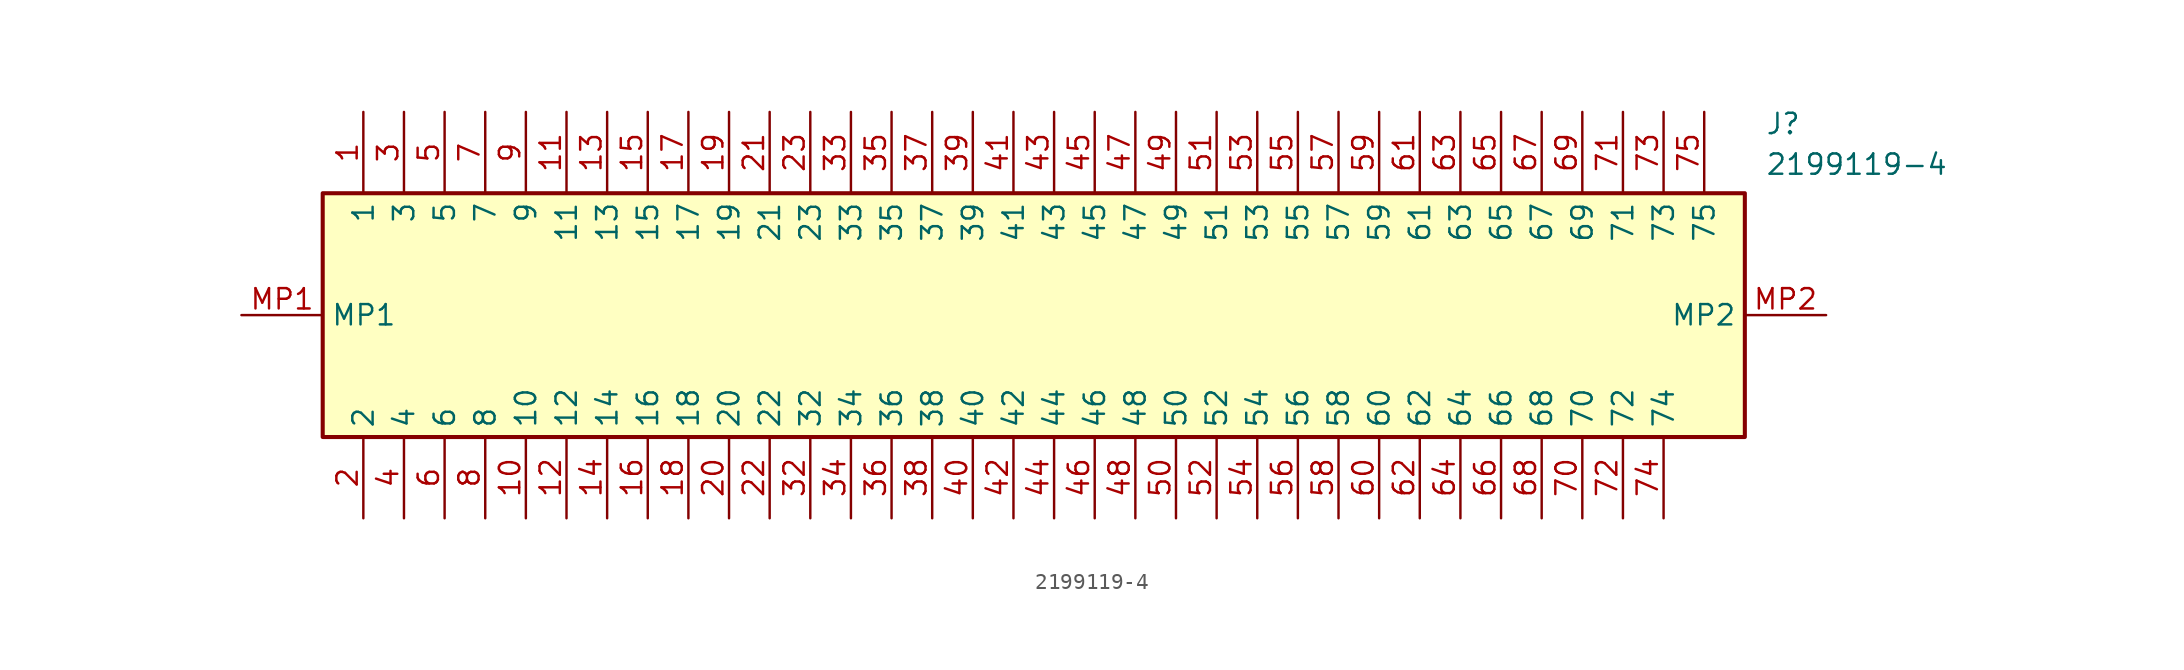
<source format=kicad_sym>
(kicad_symbol_lib
  (version 20211014)
  (generator SamacSys_ECAD_Model)
  (symbol "2199119-4"
    (property "Reference" "J"
      (at 95.25 12.7 0)
      (effects (font (size 1.27 1.27)) (justify left top)))
    (property "Value" "2199119-4"
      (at 95.25 10.16 0)
      (effects (font (size 1.27 1.27)) (justify left top)))
    (rectangle
      (start 5.08 7.62)
      (end 93.98 -7.62)
      (stroke (width 0.254) (type default))
      (fill (type background)))
    (pin passive line
      (at 7.62 12.7 270)
      (length 5.08)
      (name "1" (effects (font (size 1.27 1.27))))
      (number "1" (effects (font (size 1.27 1.27)))))
    (pin passive line
      (at 7.62 -12.7 90)
      (length 5.08)
      (name "2" (effects (font (size 1.27 1.27))))
      (number "2" (effects (font (size 1.27 1.27)))))
    (pin passive line
      (at 10.16 12.7 270)
      (length 5.08)
      (name "3" (effects (font (size 1.27 1.27))))
      (number "3" (effects (font (size 1.27 1.27)))))
    (pin passive line
      (at 10.16 -12.7 90)
      (length 5.08)
      (name "4" (effects (font (size 1.27 1.27))))
      (number "4" (effects (font (size 1.27 1.27)))))
    (pin passive line
      (at 12.7 12.7 270)
      (length 5.08)
      (name "5" (effects (font (size 1.27 1.27))))
      (number "5" (effects (font (size 1.27 1.27)))))
    (pin passive line
      (at 12.7 -12.7 90)
      (length 5.08)
      (name "6" (effects (font (size 1.27 1.27))))
      (number "6" (effects (font (size 1.27 1.27)))))
    (pin passive line
      (at 15.24 12.7 270)
      (length 5.08)
      (name "7" (effects (font (size 1.27 1.27))))
      (number "7" (effects (font (size 1.27 1.27)))))
    (pin passive line
      (at 15.24 -12.7 90)
      (length 5.08)
      (name "8" (effects (font (size 1.27 1.27))))
      (number "8" (effects (font (size 1.27 1.27)))))
    (pin passive line
      (at 17.78 12.7 270)
      (length 5.08)
      (name "9" (effects (font (size 1.27 1.27))))
      (number "9" (effects (font (size 1.27 1.27)))))
    (pin passive line
      (at 17.78 -12.7 90)
      (length 5.08)
      (name "10" (effects (font (size 1.27 1.27))))
      (number "10" (effects (font (size 1.27 1.27)))))
    (pin passive line
      (at 20.32 12.7 270)
      (length 5.08)
      (name "11" (effects (font (size 1.27 1.27))))
      (number "11" (effects (font (size 1.27 1.27)))))
    (pin passive line
      (at 20.32 -12.7 90)
      (length 5.08)
      (name "12" (effects (font (size 1.27 1.27))))
      (number "12" (effects (font (size 1.27 1.27)))))
    (pin passive line
      (at 22.86 12.7 270)
      (length 5.08)
      (name "13" (effects (font (size 1.27 1.27))))
      (number "13" (effects (font (size 1.27 1.27)))))
    (pin passive line
      (at 22.86 -12.7 90)
      (length 5.08)
      (name "14" (effects (font (size 1.27 1.27))))
      (number "14" (effects (font (size 1.27 1.27)))))
    (pin passive line
      (at 25.4 12.7 270)
      (length 5.08)
      (name "15" (effects (font (size 1.27 1.27))))
      (number "15" (effects (font (size 1.27 1.27)))))
    (pin passive line
      (at 25.4 -12.7 90)
      (length 5.08)
      (name "16" (effects (font (size 1.27 1.27))))
      (number "16" (effects (font (size 1.27 1.27)))))
    (pin passive line
      (at 27.94 12.7 270)
      (length 5.08)
      (name "17" (effects (font (size 1.27 1.27))))
      (number "17" (effects (font (size 1.27 1.27)))))
    (pin passive line
      (at 27.94 -12.7 90)
      (length 5.08)
      (name "18" (effects (font (size 1.27 1.27))))
      (number "18" (effects (font (size 1.27 1.27)))))
    (pin passive line
      (at 30.48 12.7 270)
      (length 5.08)
      (name "19" (effects (font (size 1.27 1.27))))
      (number "19" (effects (font (size 1.27 1.27)))))
    (pin passive line
      (at 30.48 -12.7 90)
      (length 5.08)
      (name "20" (effects (font (size 1.27 1.27))))
      (number "20" (effects (font (size 1.27 1.27)))))
    (pin passive line
      (at 33.02 12.7 270)
      (length 5.08)
      (name "21" (effects (font (size 1.27 1.27))))
      (number "21" (effects (font (size 1.27 1.27)))))
    (pin passive line
      (at 33.02 -12.7 90)
      (length 5.08)
      (name "22" (effects (font (size 1.27 1.27))))
      (number "22" (effects (font (size 1.27 1.27)))))
    (pin passive line
      (at 35.56 12.7 270)
      (length 5.08)
      (name "23" (effects (font (size 1.27 1.27))))
      (number "23" (effects (font (size 1.27 1.27)))))
    (pin passive line
      (at 35.56 -12.7 90)
      (length 5.08)
      (name "32" (effects (font (size 1.27 1.27))))
      (number "32" (effects (font (size 1.27 1.27)))))
    (pin passive line
      (at 38.1 12.7 270)
      (length 5.08)
      (name "33" (effects (font (size 1.27 1.27))))
      (number "33" (effects (font (size 1.27 1.27)))))
    (pin passive line
      (at 38.1 -12.7 90)
      (length 5.08)
      (name "34" (effects (font (size 1.27 1.27))))
      (number "34" (effects (font (size 1.27 1.27)))))
    (pin passive line
      (at 40.64 12.7 270)
      (length 5.08)
      (name "35" (effects (font (size 1.27 1.27))))
      (number "35" (effects (font (size 1.27 1.27)))))
    (pin passive line
      (at 40.64 -12.7 90)
      (length 5.08)
      (name "36" (effects (font (size 1.27 1.27))))
      (number "36" (effects (font (size 1.27 1.27)))))
    (pin passive line
      (at 43.18 12.7 270)
      (length 5.08)
      (name "37" (effects (font (size 1.27 1.27))))
      (number "37" (effects (font (size 1.27 1.27)))))
    (pin passive line
      (at 43.18 -12.7 90)
      (length 5.08)
      (name "38" (effects (font (size 1.27 1.27))))
      (number "38" (effects (font (size 1.27 1.27)))))
    (pin passive line
      (at 45.72 12.7 270)
      (length 5.08)
      (name "39" (effects (font (size 1.27 1.27))))
      (number "39" (effects (font (size 1.27 1.27)))))
    (pin passive line
      (at 45.72 -12.7 90)
      (length 5.08)
      (name "40" (effects (font (size 1.27 1.27))))
      (number "40" (effects (font (size 1.27 1.27)))))
    (pin passive line
      (at 48.26 12.7 270)
      (length 5.08)
      (name "41" (effects (font (size 1.27 1.27))))
      (number "41" (effects (font (size 1.27 1.27)))))
    (pin passive line
      (at 48.26 -12.7 90)
      (length 5.08)
      (name "42" (effects (font (size 1.27 1.27))))
      (number "42" (effects (font (size 1.27 1.27)))))
    (pin passive line
      (at 50.8 12.7 270)
      (length 5.08)
      (name "43" (effects (font (size 1.27 1.27))))
      (number "43" (effects (font (size 1.27 1.27)))))
    (pin passive line
      (at 50.8 -12.7 90)
      (length 5.08)
      (name "44" (effects (font (size 1.27 1.27))))
      (number "44" (effects (font (size 1.27 1.27)))))
    (pin passive line
      (at 53.34 12.7 270)
      (length 5.08)
      (name "45" (effects (font (size 1.27 1.27))))
      (number "45" (effects (font (size 1.27 1.27)))))
    (pin passive line
      (at 53.34 -12.7 90)
      (length 5.08)
      (name "46" (effects (font (size 1.27 1.27))))
      (number "46" (effects (font (size 1.27 1.27)))))
    (pin passive line
      (at 55.88 12.7 270)
      (length 5.08)
      (name "47" (effects (font (size 1.27 1.27))))
      (number "47" (effects (font (size 1.27 1.27)))))
    (pin passive line
      (at 55.88 -12.7 90)
      (length 5.08)
      (name "48" (effects (font (size 1.27 1.27))))
      (number "48" (effects (font (size 1.27 1.27)))))
    (pin passive line
      (at 58.42 12.7 270)
      (length 5.08)
      (name "49" (effects (font (size 1.27 1.27))))
      (number "49" (effects (font (size 1.27 1.27)))))
    (pin passive line
      (at 58.42 -12.7 90)
      (length 5.08)
      (name "50" (effects (font (size 1.27 1.27))))
      (number "50" (effects (font (size 1.27 1.27)))))
    (pin passive line
      (at 60.96 12.7 270)
      (length 5.08)
      (name "51" (effects (font (size 1.27 1.27))))
      (number "51" (effects (font (size 1.27 1.27)))))
    (pin passive line
      (at 60.96 -12.7 90)
      (length 5.08)
      (name "52" (effects (font (size 1.27 1.27))))
      (number "52" (effects (font (size 1.27 1.27)))))
    (pin passive line
      (at 63.5 12.7 270)
      (length 5.08)
      (name "53" (effects (font (size 1.27 1.27))))
      (number "53" (effects (font (size 1.27 1.27)))))
    (pin passive line
      (at 63.5 -12.7 90)
      (length 5.08)
      (name "54" (effects (font (size 1.27 1.27))))
      (number "54" (effects (font (size 1.27 1.27)))))
    (pin passive line
      (at 66.04 12.7 270)
      (length 5.08)
      (name "55" (effects (font (size 1.27 1.27))))
      (number "55" (effects (font (size 1.27 1.27)))))
    (pin passive line
      (at 66.04 -12.7 90)
      (length 5.08)
      (name "56" (effects (font (size 1.27 1.27))))
      (number "56" (effects (font (size 1.27 1.27)))))
    (pin passive line
      (at 68.58 12.7 270)
      (length 5.08)
      (name "57" (effects (font (size 1.27 1.27))))
      (number "57" (effects (font (size 1.27 1.27)))))
    (pin passive line
      (at 68.58 -12.7 90)
      (length 5.08)
      (name "58" (effects (font (size 1.27 1.27))))
      (number "58" (effects (font (size 1.27 1.27)))))
    (pin passive line
      (at 71.12 12.7 270)
      (length 5.08)
      (name "59" (effects (font (size 1.27 1.27))))
      (number "59" (effects (font (size 1.27 1.27)))))
    (pin passive line
      (at 71.12 -12.7 90)
      (length 5.08)
      (name "60" (effects (font (size 1.27 1.27))))
      (number "60" (effects (font (size 1.27 1.27)))))
    (pin passive line
      (at 73.66 12.7 270)
      (length 5.08)
      (name "61" (effects (font (size 1.27 1.27))))
      (number "61" (effects (font (size 1.27 1.27)))))
    (pin passive line
      (at 73.66 -12.7 90)
      (length 5.08)
      (name "62" (effects (font (size 1.27 1.27))))
      (number "62" (effects (font (size 1.27 1.27)))))
    (pin passive line
      (at 76.2 12.7 270)
      (length 5.08)
      (name "63" (effects (font (size 1.27 1.27))))
      (number "63" (effects (font (size 1.27 1.27)))))
    (pin passive line
      (at 76.2 -12.7 90)
      (length 5.08)
      (name "64" (effects (font (size 1.27 1.27))))
      (number "64" (effects (font (size 1.27 1.27)))))
    (pin passive line
      (at 78.74 12.7 270)
      (length 5.08)
      (name "65" (effects (font (size 1.27 1.27))))
      (number "65" (effects (font (size 1.27 1.27)))))
    (pin passive line
      (at 78.74 -12.7 90)
      (length 5.08)
      (name "66" (effects (font (size 1.27 1.27))))
      (number "66" (effects (font (size 1.27 1.27)))))
    (pin passive line
      (at 81.28 12.7 270)
      (length 5.08)
      (name "67" (effects (font (size 1.27 1.27))))
      (number "67" (effects (font (size 1.27 1.27)))))
    (pin passive line
      (at 81.28 -12.7 90)
      (length 5.08)
      (name "68" (effects (font (size 1.27 1.27))))
      (number "68" (effects (font (size 1.27 1.27)))))
    (pin passive line
      (at 83.82 12.7 270)
      (length 5.08)
      (name "69" (effects (font (size 1.27 1.27))))
      (number "69" (effects (font (size 1.27 1.27)))))
    (pin passive line
      (at 83.82 -12.7 90)
      (length 5.08)
      (name "70" (effects (font (size 1.27 1.27))))
      (number "70" (effects (font (size 1.27 1.27)))))
    (pin passive line
      (at 86.36 12.7 270)
      (length 5.08)
      (name "71" (effects (font (size 1.27 1.27))))
      (number "71" (effects (font (size 1.27 1.27)))))
    (pin passive line
      (at 86.36 -12.7 90)
      (length 5.08)
      (name "72" (effects (font (size 1.27 1.27))))
      (number "72" (effects (font (size 1.27 1.27)))))
    (pin passive line
      (at 88.9 12.7 270)
      (length 5.08)
      (name "73" (effects (font (size 1.27 1.27))))
      (number "73" (effects (font (size 1.27 1.27)))))
    (pin passive line
      (at 88.9 -12.7 90)
      (length 5.08)
      (name "74" (effects (font (size 1.27 1.27))))
      (number "74" (effects (font (size 1.27 1.27)))))
    (pin passive line
      (at 91.44 12.7 270)
      (length 5.08)
      (name "75" (effects (font (size 1.27 1.27))))
      (number "75" (effects (font (size 1.27 1.27)))))
    (pin passive line
      (at 0 0 0)
      (length 5.08)
      (name "MP1" (effects (font (size 1.27 1.27))))
      (number "MP1" (effects (font (size 1.27 1.27)))))
    (pin passive line
      (at 99.06 0 180)
      (length 5.08)
      (name "MP2" (effects (font (size 1.27 1.27))))
      (number "MP2" (effects (font (size 1.27 1.27)))))))
</source>
